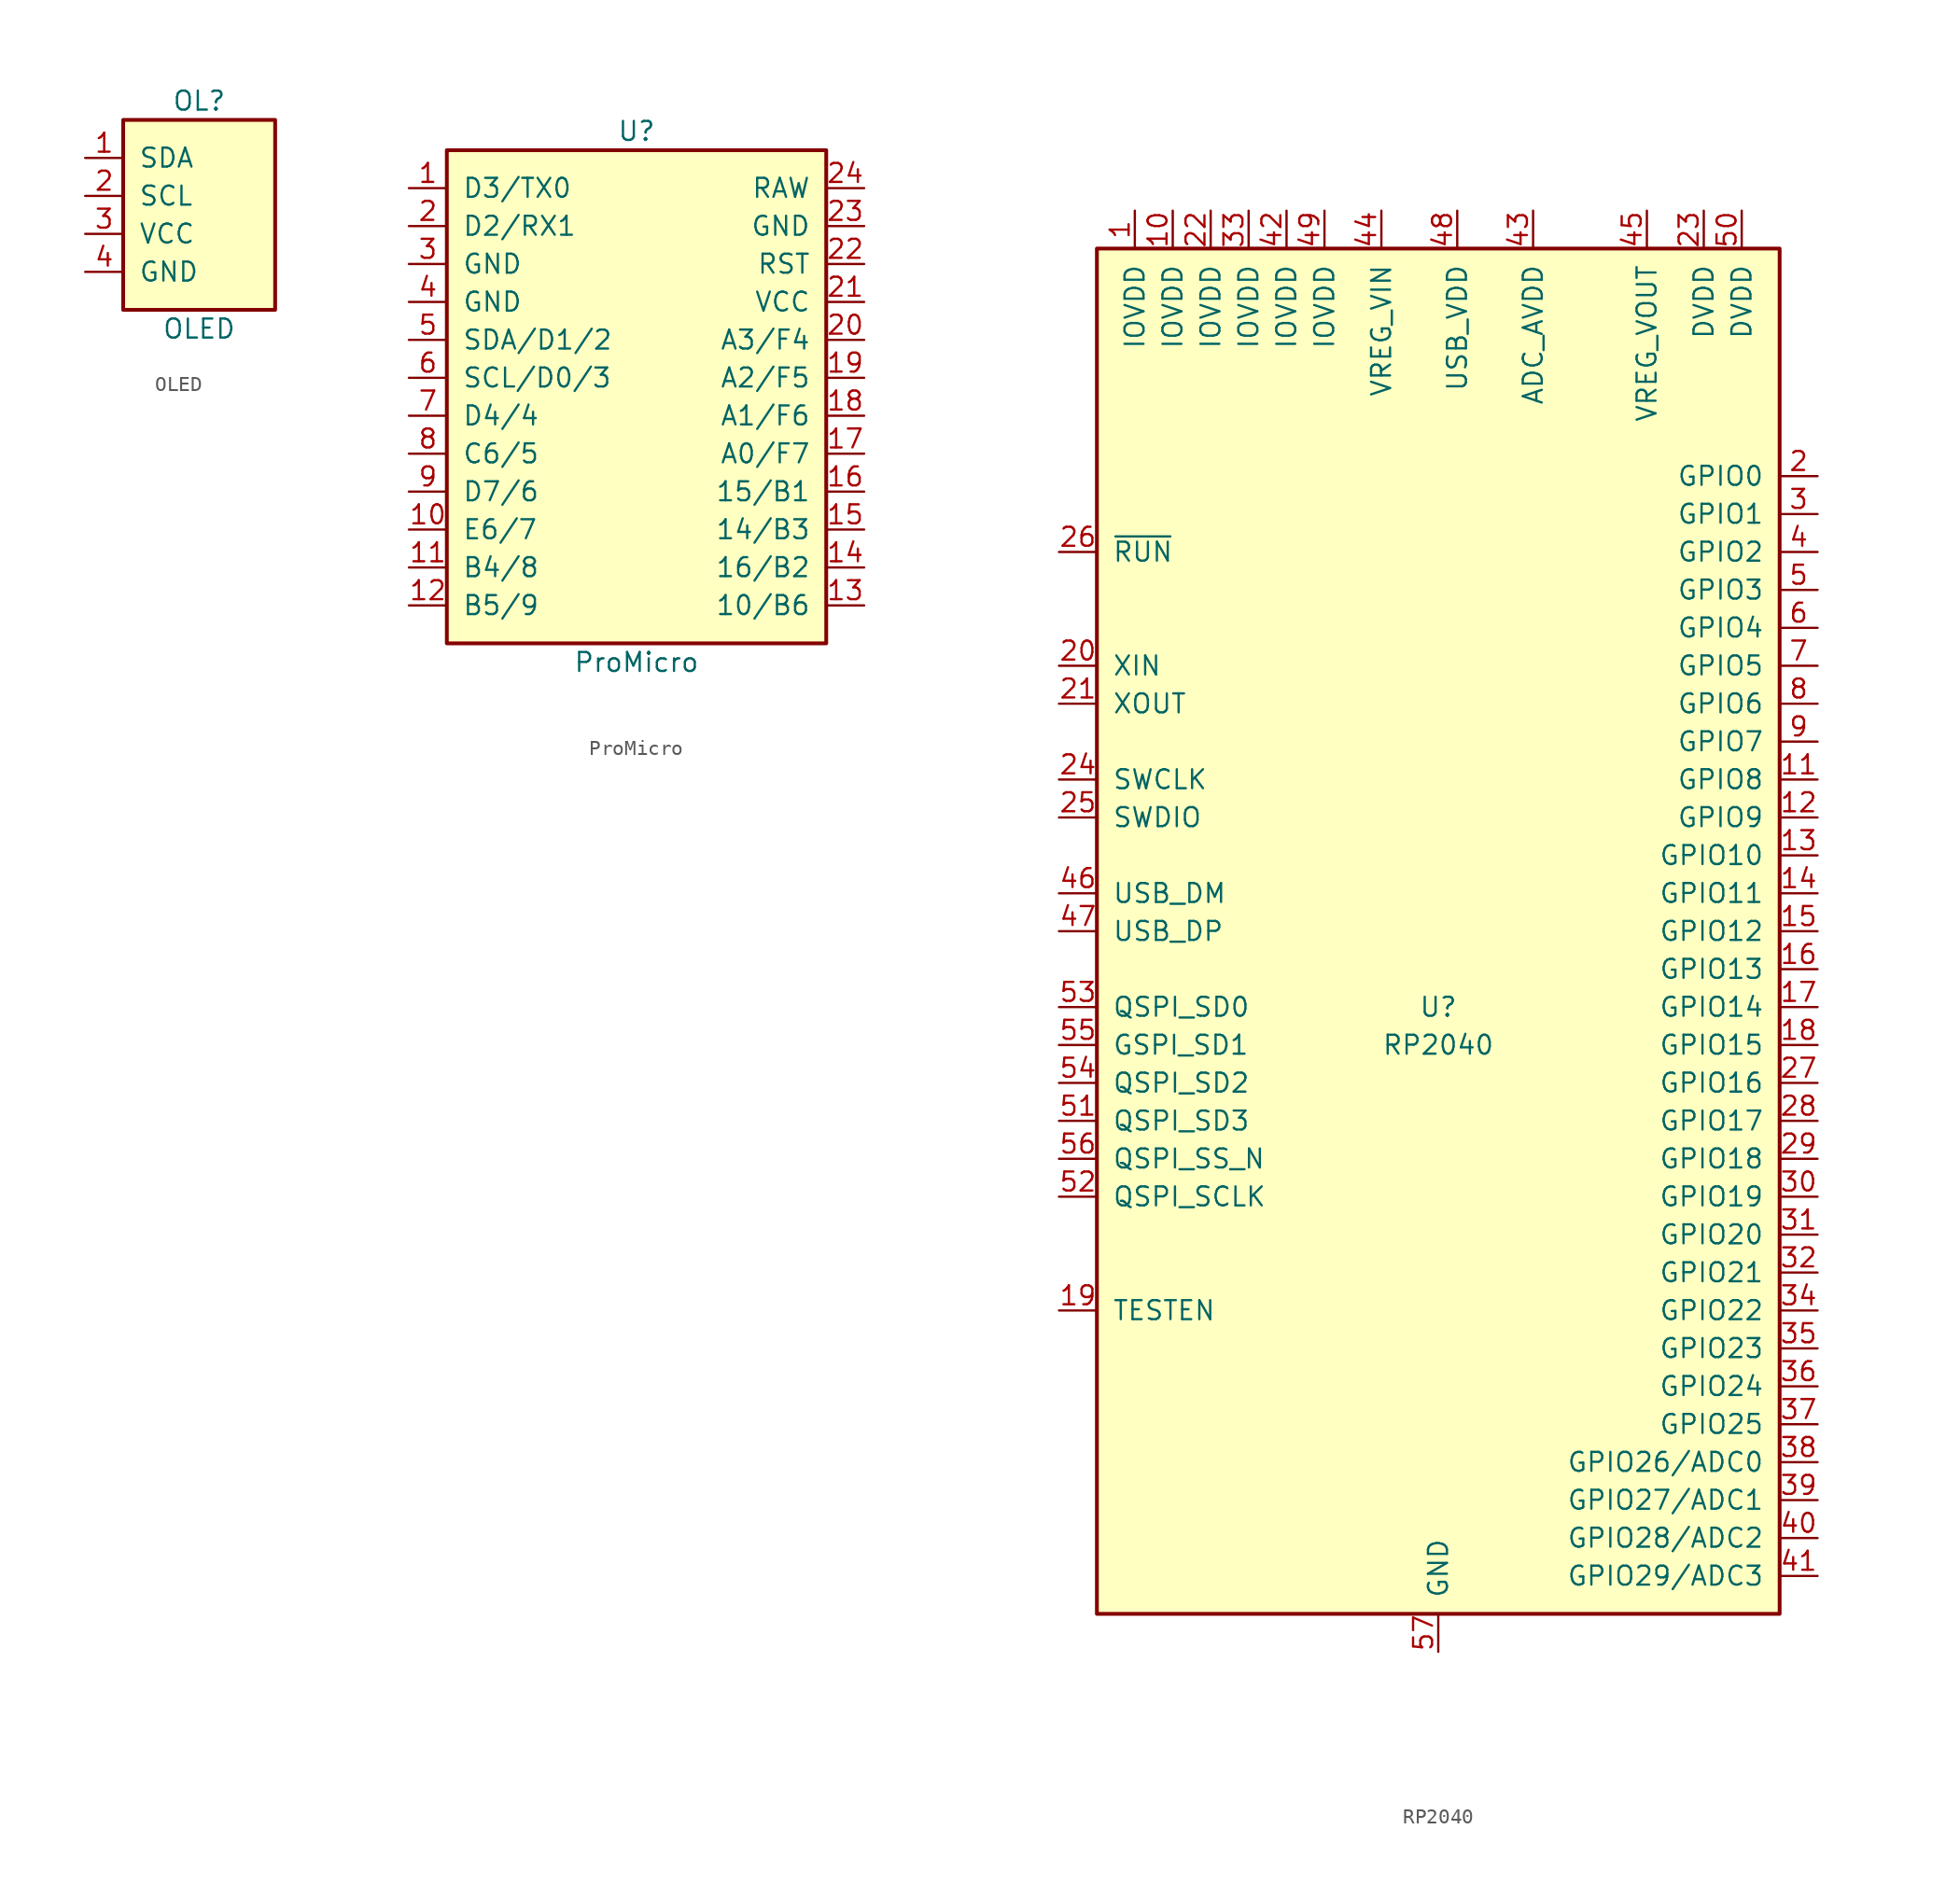
<source format=kicad_sym>
(kicad_symbol_lib
  (version 20231120)
  (generator "kicad_symbol_editor")
  (generator_version "8.0")
  (symbol "OLED"
    (pin_names
      (offset 1.016))
    (property "Reference" "OL"
      (at 0 7.62 0)
      (effects (font (size 1.27 1.27))))
    (property "Value" "OLED"
      (at 0 -7.62 0)
      (effects (font (size 1.27 1.27))))
    (symbol "OLED_0_1"
      (rectangle (start -5.08 6.35) (end 5.08 -6.35) (stroke (width 0.254) (type solid)) (fill (type background))))
    (symbol "OLED_1_1"
      (pin bidirectional line (at -7.62 3.81 0) (length 2.54) (name "SDA" (effects (font (size 1.27 1.27)))) (number "1" (effects (font (size 1.27 1.27)))))
      (pin bidirectional line (at -7.62 1.27 0) (length 2.54) (name "SCL" (effects (font (size 1.27 1.27)))) (number "2" (effects (font (size 1.27 1.27)))))
      (pin power_in line (at -7.62 -1.27 0) (length 2.54) (name "VCC" (effects (font (size 1.27 1.27)))) (number "3" (effects (font (size 1.27 1.27)))))
      (pin power_in line (at -7.62 -3.81 0) (length 2.54) (name "GND" (effects (font (size 1.27 1.27)))) (number "4" (effects (font (size 1.27 1.27)))))))
  (symbol "ProMicro"
    (pin_names
      (offset 1.016))
    (property "Reference" "U"
      (at 0 17.78 0)
      (effects (font (size 1.27 1.27))))
    (property "Value" "ProMicro"
      (at 0 -17.78 0)
      (effects (font (size 1.27 1.27))))
    (symbol "ProMicro_0_1"
      (rectangle (start -12.7 16.51) (end 12.7 -16.51) (stroke (width 0.254) (type solid)) (fill (type background))))
    (symbol "ProMicro_1_1"
      (pin bidirectional line (at -15.24 13.97 0) (length 2.54) (name "D3/TX0" (effects (font (size 1.27 1.27)))) (number "1" (effects (font (size 1.27 1.27)))))
      (pin bidirectional line (at -15.24 -8.89 0) (length 2.54) (name "E6/7" (effects (font (size 1.27 1.27)))) (number "10" (effects (font (size 1.27 1.27)))))
      (pin bidirectional line (at -15.24 -11.43 0) (length 2.54) (name "B4/8" (effects (font (size 1.27 1.27)))) (number "11" (effects (font (size 1.27 1.27)))))
      (pin bidirectional line (at -15.24 -13.97 0) (length 2.54) (name "B5/9" (effects (font (size 1.27 1.27)))) (number "12" (effects (font (size 1.27 1.27)))))
      (pin bidirectional line (at 15.24 -13.97 180) (length 2.54) (name "10/B6" (effects (font (size 1.27 1.27)))) (number "13" (effects (font (size 1.27 1.27)))))
      (pin bidirectional line (at 15.24 -11.43 180) (length 2.54) (name "16/B2" (effects (font (size 1.27 1.27)))) (number "14" (effects (font (size 1.27 1.27)))))
      (pin bidirectional line (at 15.24 -8.89 180) (length 2.54) (name "14/B3" (effects (font (size 1.27 1.27)))) (number "15" (effects (font (size 1.27 1.27)))))
      (pin bidirectional line (at 15.24 -6.35 180) (length 2.54) (name "15/B1" (effects (font (size 1.27 1.27)))) (number "16" (effects (font (size 1.27 1.27)))))
      (pin bidirectional line (at 15.24 -3.81 180) (length 2.54) (name "A0/F7" (effects (font (size 1.27 1.27)))) (number "17" (effects (font (size 1.27 1.27)))))
      (pin bidirectional line (at 15.24 -1.27 180) (length 2.54) (name "A1/F6" (effects (font (size 1.27 1.27)))) (number "18" (effects (font (size 1.27 1.27)))))
      (pin bidirectional line (at 15.24 1.27 180) (length 2.54) (name "A2/F5" (effects (font (size 1.27 1.27)))) (number "19" (effects (font (size 1.27 1.27)))))
      (pin bidirectional line (at -15.24 11.43 0) (length 2.54) (name "D2/RX1" (effects (font (size 1.27 1.27)))) (number "2" (effects (font (size 1.27 1.27)))))
      (pin bidirectional line (at 15.24 3.81 180) (length 2.54) (name "A3/F4" (effects (font (size 1.27 1.27)))) (number "20" (effects (font (size 1.27 1.27)))))
      (pin power_in line (at 15.24 6.35 180) (length 2.54) (name "VCC" (effects (font (size 1.27 1.27)))) (number "21" (effects (font (size 1.27 1.27)))))
      (pin input line (at 15.24 8.89 180) (length 2.54) (name "RST" (effects (font (size 1.27 1.27)))) (number "22" (effects (font (size 1.27 1.27)))))
      (pin power_in line (at 15.24 11.43 180) (length 2.54) (name "GND" (effects (font (size 1.27 1.27)))) (number "23" (effects (font (size 1.27 1.27)))))
      (pin power_in line (at 15.24 13.97 180) (length 2.54) (name "RAW" (effects (font (size 1.27 1.27)))) (number "24" (effects (font (size 1.27 1.27)))))
      (pin power_in line (at -15.24 8.89 0) (length 2.54) (name "GND" (effects (font (size 1.27 1.27)))) (number "3" (effects (font (size 1.27 1.27)))))
      (pin power_in line (at -15.24 6.35 0) (length 2.54) (name "GND" (effects (font (size 1.27 1.27)))) (number "4" (effects (font (size 1.27 1.27)))))
      (pin bidirectional line (at -15.24 3.81 0) (length 2.54) (name "SDA/D1/2" (effects (font (size 1.27 1.27)))) (number "5" (effects (font (size 1.27 1.27)))))
      (pin bidirectional line (at -15.24 1.27 0) (length 2.54) (name "SCL/D0/3" (effects (font (size 1.27 1.27)))) (number "6" (effects (font (size 1.27 1.27)))))
      (pin bidirectional line (at -15.24 -1.27 0) (length 2.54) (name "D4/4" (effects (font (size 1.27 1.27)))) (number "7" (effects (font (size 1.27 1.27)))))
      (pin bidirectional line (at -15.24 -3.81 0) (length 2.54) (name "C6/5" (effects (font (size 1.27 1.27)))) (number "8" (effects (font (size 1.27 1.27)))))
      (pin bidirectional line (at -15.24 -6.35 0) (length 2.54) (name "D7/6" (effects (font (size 1.27 1.27)))) (number "9" (effects (font (size 1.27 1.27)))))))
  (symbol "RP2040"
    (pin_names
      (offset 1.016))
    (property "Reference" "U"
      (at 0 1.27 0)
      (effects (font (size 1.27 1.27))))
    (property "Value" "RP2040"
      (at 0 -1.27 0)
      (effects (font (size 1.27 1.27))))
    (symbol "RP2040_0_1"
      (rectangle (start -22.86 52.07) (end 22.86 -39.37) (stroke (width 0.254) (type solid)) (fill (type background))))
    (symbol "RP2040_1_1"
      (pin input line (at -20.32 54.61 270) (length 2.54) (name "IOVDD" (effects (font (size 1.27 1.27)))) (number "1" (effects (font (size 1.27 1.27)))))
      (pin input line (at -17.78 54.61 270) (length 2.54) (name "IOVDD" (effects (font (size 1.27 1.27)))) (number "10" (effects (font (size 1.27 1.27)))))
      (pin input line (at 25.4 16.51 180) (length 2.54) (name "GPIO8" (effects (font (size 1.27 1.27)))) (number "11" (effects (font (size 1.27 1.27)))))
      (pin input line (at 25.4 13.97 180) (length 2.54) (name "GPIO9" (effects (font (size 1.27 1.27)))) (number "12" (effects (font (size 1.27 1.27)))))
      (pin input line (at 25.4 11.43 180) (length 2.54) (name "GPIO10" (effects (font (size 1.27 1.27)))) (number "13" (effects (font (size 1.27 1.27)))))
      (pin input line (at 25.4 8.89 180) (length 2.54) (name "GPIO11" (effects (font (size 1.27 1.27)))) (number "14" (effects (font (size 1.27 1.27)))))
      (pin input line (at 25.4 6.35 180) (length 2.54) (name "GPIO12" (effects (font (size 1.27 1.27)))) (number "15" (effects (font (size 1.27 1.27)))))
      (pin input line (at 25.4 3.81 180) (length 2.54) (name "GPIO13" (effects (font (size 1.27 1.27)))) (number "16" (effects (font (size 1.27 1.27)))))
      (pin input line (at 25.4 1.27 180) (length 2.54) (name "GPIO14" (effects (font (size 1.27 1.27)))) (number "17" (effects (font (size 1.27 1.27)))))
      (pin input line (at 25.4 -1.27 180) (length 2.54) (name "GPIO15" (effects (font (size 1.27 1.27)))) (number "18" (effects (font (size 1.27 1.27)))))
      (pin input line (at -25.4 -19.05 0) (length 2.54) (name "TESTEN" (effects (font (size 1.27 1.27)))) (number "19" (effects (font (size 1.27 1.27)))))
      (pin input line (at 25.4 36.83 180) (length 2.54) (name "GPIO0" (effects (font (size 1.27 1.27)))) (number "2" (effects (font (size 1.27 1.27)))))
      (pin input line (at -25.4 24.13 0) (length 2.54) (name "XIN" (effects (font (size 1.27 1.27)))) (number "20" (effects (font (size 1.27 1.27)))))
      (pin input line (at -25.4 21.59 0) (length 2.54) (name "XOUT" (effects (font (size 1.27 1.27)))) (number "21" (effects (font (size 1.27 1.27)))))
      (pin input line (at -15.24 54.61 270) (length 2.54) (name "IOVDD" (effects (font (size 1.27 1.27)))) (number "22" (effects (font (size 1.27 1.27)))))
      (pin input line (at 17.78 54.61 270) (length 2.54) (name "DVDD" (effects (font (size 1.27 1.27)))) (number "23" (effects (font (size 1.27 1.27)))))
      (pin input line (at -25.4 16.51 0) (length 2.54) (name "SWCLK" (effects (font (size 1.27 1.27)))) (number "24" (effects (font (size 1.27 1.27)))))
      (pin input line (at -25.4 13.97 0) (length 2.54) (name "SWDIO" (effects (font (size 1.27 1.27)))) (number "25" (effects (font (size 1.27 1.27)))))
      (pin input line (at -25.4 31.75 0) (length 2.54) (name "~{RUN}" (effects (font (size 1.27 1.27)))) (number "26" (effects (font (size 1.27 1.27)))))
      (pin input line (at 25.4 -3.81 180) (length 2.54) (name "GPIO16" (effects (font (size 1.27 1.27)))) (number "27" (effects (font (size 1.27 1.27)))))
      (pin input line (at 25.4 -6.35 180) (length 2.54) (name "GPIO17" (effects (font (size 1.27 1.27)))) (number "28" (effects (font (size 1.27 1.27)))))
      (pin input line (at 25.4 -8.89 180) (length 2.54) (name "GPIO18" (effects (font (size 1.27 1.27)))) (number "29" (effects (font (size 1.27 1.27)))))
      (pin input line (at 25.4 34.29 180) (length 2.54) (name "GPIO1" (effects (font (size 1.27 1.27)))) (number "3" (effects (font (size 1.27 1.27)))))
      (pin input line (at 25.4 -11.43 180) (length 2.54) (name "GPIO19" (effects (font (size 1.27 1.27)))) (number "30" (effects (font (size 1.27 1.27)))))
      (pin input line (at 25.4 -13.97 180) (length 2.54) (name "GPIO20" (effects (font (size 1.27 1.27)))) (number "31" (effects (font (size 1.27 1.27)))))
      (pin input line (at 25.4 -16.51 180) (length 2.54) (name "GPIO21" (effects (font (size 1.27 1.27)))) (number "32" (effects (font (size 1.27 1.27)))))
      (pin input line (at -12.7 54.61 270) (length 2.54) (name "IOVDD" (effects (font (size 1.27 1.27)))) (number "33" (effects (font (size 1.27 1.27)))))
      (pin input line (at 25.4 -19.05 180) (length 2.54) (name "GPIO22" (effects (font (size 1.27 1.27)))) (number "34" (effects (font (size 1.27 1.27)))))
      (pin input line (at 25.4 -21.59 180) (length 2.54) (name "GPIO23" (effects (font (size 1.27 1.27)))) (number "35" (effects (font (size 1.27 1.27)))))
      (pin input line (at 25.4 -24.13 180) (length 2.54) (name "GPIO24" (effects (font (size 1.27 1.27)))) (number "36" (effects (font (size 1.27 1.27)))))
      (pin input line (at 25.4 -26.67 180) (length 2.54) (name "GPIO25" (effects (font (size 1.27 1.27)))) (number "37" (effects (font (size 1.27 1.27)))))
      (pin input line (at 25.4 -29.21 180) (length 2.54) (name "GPIO26/ADC0" (effects (font (size 1.27 1.27)))) (number "38" (effects (font (size 1.27 1.27)))))
      (pin input line (at 25.4 -31.75 180) (length 2.54) (name "GPIO27/ADC1" (effects (font (size 1.27 1.27)))) (number "39" (effects (font (size 1.27 1.27)))))
      (pin input line (at 25.4 31.75 180) (length 2.54) (name "GPIO2" (effects (font (size 1.27 1.27)))) (number "4" (effects (font (size 1.27 1.27)))))
      (pin input line (at 25.4 -34.29 180) (length 2.54) (name "GPIO28/ADC2" (effects (font (size 1.27 1.27)))) (number "40" (effects (font (size 1.27 1.27)))))
      (pin input line (at 25.4 -36.83 180) (length 2.54) (name "GPIO29/ADC3" (effects (font (size 1.27 1.27)))) (number "41" (effects (font (size 1.27 1.27)))))
      (pin input line (at -10.16 54.61 270) (length 2.54) (name "IOVDD" (effects (font (size 1.27 1.27)))) (number "42" (effects (font (size 1.27 1.27)))))
      (pin input line (at 6.35 54.61 270) (length 2.54) (name "ADC_AVDD" (effects (font (size 1.27 1.27)))) (number "43" (effects (font (size 1.27 1.27)))))
      (pin input line (at -3.81 54.61 270) (length 2.54) (name "VREG_VIN" (effects (font (size 1.27 1.27)))) (number "44" (effects (font (size 1.27 1.27)))))
      (pin input line (at 13.97 54.61 270) (length 2.54) (name "VREG_VOUT" (effects (font (size 1.27 1.27)))) (number "45" (effects (font (size 1.27 1.27)))))
      (pin input line (at -25.4 8.89 0) (length 2.54) (name "USB_DM" (effects (font (size 1.27 1.27)))) (number "46" (effects (font (size 1.27 1.27)))))
      (pin input line (at -25.4 6.35 0) (length 2.54) (name "USB_DP" (effects (font (size 1.27 1.27)))) (number "47" (effects (font (size 1.27 1.27)))))
      (pin input line (at 1.27 54.61 270) (length 2.54) (name "USB_VDD" (effects (font (size 1.27 1.27)))) (number "48" (effects (font (size 1.27 1.27)))))
      (pin input line (at -7.62 54.61 270) (length 2.54) (name "IOVDD" (effects (font (size 1.27 1.27)))) (number "49" (effects (font (size 1.27 1.27)))))
      (pin input line (at 25.4 29.21 180) (length 2.54) (name "GPIO3" (effects (font (size 1.27 1.27)))) (number "5" (effects (font (size 1.27 1.27)))))
      (pin input line (at 20.32 54.61 270) (length 2.54) (name "DVDD" (effects (font (size 1.27 1.27)))) (number "50" (effects (font (size 1.27 1.27)))))
      (pin input line (at -25.4 -6.35 0) (length 2.54) (name "QSPI_SD3" (effects (font (size 1.27 1.27)))) (number "51" (effects (font (size 1.27 1.27)))))
      (pin input line (at -25.4 -11.43 0) (length 2.54) (name "QSPI_SCLK" (effects (font (size 1.27 1.27)))) (number "52" (effects (font (size 1.27 1.27)))))
      (pin input line (at -25.4 1.27 0) (length 2.54) (name "QSPI_SD0" (effects (font (size 1.27 1.27)))) (number "53" (effects (font (size 1.27 1.27)))))
      (pin input line (at -25.4 -3.81 0) (length 2.54) (name "QSPI_SD2" (effects (font (size 1.27 1.27)))) (number "54" (effects (font (size 1.27 1.27)))))
      (pin input line (at -25.4 -1.27 0) (length 2.54) (name "GSPI_SD1" (effects (font (size 1.27 1.27)))) (number "55" (effects (font (size 1.27 1.27)))))
      (pin input line (at -25.4 -8.89 0) (length 2.54) (name "QSPI_SS_N" (effects (font (size 1.27 1.27)))) (number "56" (effects (font (size 1.27 1.27)))))
      (pin power_in line (at 0 -41.91 90) (length 2.54) (name "GND" (effects (font (size 1.27 1.27)))) (number "57" (effects (font (size 1.27 1.27)))))
      (pin input line (at 25.4 26.67 180) (length 2.54) (name "GPIO4" (effects (font (size 1.27 1.27)))) (number "6" (effects (font (size 1.27 1.27)))))
      (pin input line (at 25.4 24.13 180) (length 2.54) (name "GPIO5" (effects (font (size 1.27 1.27)))) (number "7" (effects (font (size 1.27 1.27)))))
      (pin input line (at 25.4 21.59 180) (length 2.54) (name "GPIO6" (effects (font (size 1.27 1.27)))) (number "8" (effects (font (size 1.27 1.27)))))
      (pin input line (at 25.4 19.05 180) (length 2.54) (name "GPIO7" (effects (font (size 1.27 1.27)))) (number "9" (effects (font (size 1.27 1.27))))))))
</source>
